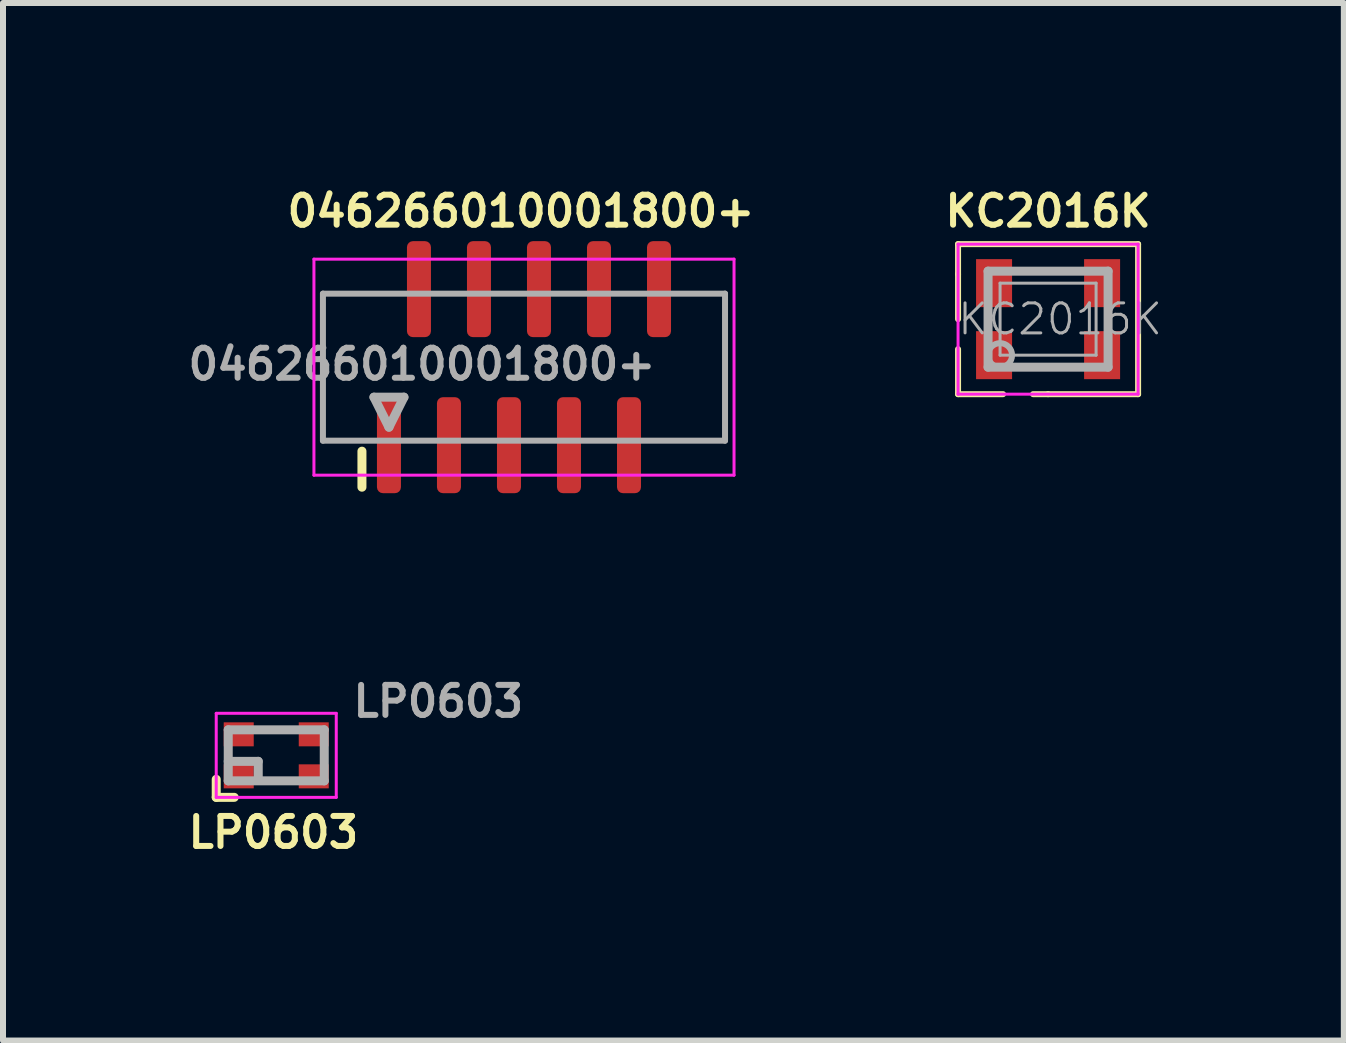
<source format=kicad_pcb>
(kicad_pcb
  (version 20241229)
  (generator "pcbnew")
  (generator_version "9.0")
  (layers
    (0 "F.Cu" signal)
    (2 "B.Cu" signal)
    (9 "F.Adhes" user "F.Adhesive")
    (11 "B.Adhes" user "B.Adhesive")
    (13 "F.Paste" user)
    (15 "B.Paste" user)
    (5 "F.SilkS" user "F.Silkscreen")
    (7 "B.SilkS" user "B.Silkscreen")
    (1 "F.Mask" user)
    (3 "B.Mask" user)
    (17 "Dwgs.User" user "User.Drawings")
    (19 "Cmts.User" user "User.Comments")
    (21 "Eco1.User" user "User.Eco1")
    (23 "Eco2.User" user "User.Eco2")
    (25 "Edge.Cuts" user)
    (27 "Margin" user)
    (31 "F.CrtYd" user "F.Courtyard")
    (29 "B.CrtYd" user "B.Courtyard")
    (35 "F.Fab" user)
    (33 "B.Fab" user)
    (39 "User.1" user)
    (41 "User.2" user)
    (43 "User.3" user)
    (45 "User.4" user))
  (footprint "LP0603"
    (layer "F.Cu")
    (at 1.553 9.536)
    (property "Reference" "LP0603" (at -0.048 1.284 0) (layer "F.SilkS") (effects (font (size 0.5 0.5) (thickness 0.1))))
    (attr smd)
    (fp_line (start -1 0.4) (end -1 0.7) (stroke (width 0.15) (type solid)) (layer "F.SilkS"))
    (fp_line (start -1 0.7) (end -0.7 0.7) (stroke (width 0.15) (type solid)) (layer "F.SilkS"))
    (fp_line (start -0.7 0.7) (end -0.7 0.7) (stroke (width 0.05) (type solid)) (layer "F.SilkS"))
    (fp_line (start -1 -0.7) (end 1 -0.7) (stroke (width 0.05) (type solid)) (layer "F.CrtYd"))
    (fp_line (start -1 0.7) (end -1 -0.7) (stroke (width 0.05) (type solid)) (layer "F.CrtYd"))
    (fp_line (start 1 -0.7) (end 1 0.7) (stroke (width 0.05) (type solid)) (layer "F.CrtYd"))
    (fp_line (start 1 0.7) (end -1 0.7) (stroke (width 0.05) (type solid)) (layer "F.CrtYd"))
    (fp_line (start -0.8 -0.425) (end 0.8 -0.425) (stroke (width 0.15) (type solid)) (layer "F.Fab"))
    (fp_line (start -0.8 0.1) (end -0.3 0.1) (stroke (width 0.15) (type solid)) (layer "F.Fab"))
    (fp_line (start -0.8 0.425) (end -0.8 -0.425) (stroke (width 0.15) (type solid)) (layer "F.Fab"))
    (fp_line (start -0.3 0.1) (end -0.3 0.4) (stroke (width 0.15) (type solid)) (layer "F.Fab"))
    (fp_line (start 0.8 -0.425) (end 0.8 0.425) (stroke (width 0.15) (type solid)) (layer "F.Fab"))
    (fp_line (start 0.8 0.425) (end -0.8 0.425) (stroke (width 0.15) (type solid)) (layer "F.Fab"))
    (fp_text user "${REFERENCE}" (at 2.7 -0.9 0) (layer "F.Fab") (effects (font (size 0.5 0.5) (thickness 0.1))))
    (pad "1" smd rect (at -0.625 0.35) (size 0.5 0.4) (layers "F.Cu" "F.Mask" "F.Paste"))
    (pad "2" smd rect (at 0.625 0.35) (size 0.5 0.4) (layers "F.Cu" "F.Mask" "F.Paste"))
    (pad "3" smd rect (at 0.625 -0.35) (size 0.5 0.4) (layers "F.Cu" "F.Mask" "F.Paste"))
    (pad "4" smd rect (at -0.625 -0.35) (size 0.5 0.4) (layers "F.Cu" "F.Mask" "F.Paste")))
  (footprint "KC2016K"
    (layer "F.Cu")
    (at 14.414 2.268)
    (property "Reference" "KC2016K" (at 0 -1.8 0) (layer "F.SilkS") (effects (font (size 0.5 0.5) (thickness 0.1))))
    (attr smd)
    (fp_line (start -1.5 -1.25) (end 1.5 -1.25) (stroke (width 0.1) (type solid)) (layer "F.SilkS"))
    (fp_line (start -1.5 -0.75) (end -1.5 -1.25) (stroke (width 0.1) (type solid)) (layer "F.SilkS"))
    (fp_line (start -1.5 0) (end -1.5 -0.75) (stroke (width 0.1) (type solid)) (layer "F.SilkS"))
    (fp_line (start -1.5 0.5) (end -1.5 1.25) (stroke (width 0.1) (type solid)) (layer "F.SilkS"))
    (fp_line (start -1.5 1.25) (end -0.75 1.25) (stroke (width 0.1) (type solid)) (layer "F.SilkS"))
    (fp_line (start -0.25 1.25) (end 0 1.25) (stroke (width 0.1) (type solid)) (layer "F.SilkS"))
    (fp_line (start 1.5 -1.25) (end 1.5 1.25) (stroke (width 0.1) (type solid)) (layer "F.SilkS"))
    (fp_line (start 1.5 1.25) (end 0 1.25) (stroke (width 0.1) (type solid)) (layer "F.SilkS"))
    (fp_line (start -1.5 -1.25) (end 1.5 -1.25) (stroke (width 0.05) (type solid)) (layer "F.CrtYd"))
    (fp_line (start -1.5 1.25) (end -1.5 -1.25) (stroke (width 0.05) (type solid)) (layer "F.CrtYd"))
    (fp_line (start 1.5 -1.25) (end 1.5 1.25) (stroke (width 0.05) (type solid)) (layer "F.CrtYd"))
    (fp_line (start 1.5 1.25) (end -1.5 1.25) (stroke (width 0.05) (type solid)) (layer "F.CrtYd"))
    (fp_line (start -1 -0.8) (end 1 -0.8) (stroke (width 0.15) (type solid)) (layer "F.Fab"))
    (fp_line (start -1 0.8) (end -1 -0.8) (stroke (width 0.15) (type solid)) (layer "F.Fab"))
    (fp_line (start -0.8 -0.6) (end -0.8 0.6) (stroke (width 0.05) (type solid)) (layer "F.Fab"))
    (fp_line (start 0.8 -0.6) (end -0.8 -0.6) (stroke (width 0.05) (type solid)) (layer "F.Fab"))
    (fp_line (start 0.8 0.6) (end -0.8 0.6) (stroke (width 0.05) (type solid)) (layer "F.Fab"))
    (fp_line (start 0.8 0.6) (end 0.8 -0.6) (stroke (width 0.05) (type solid)) (layer "F.Fab"))
    (fp_line (start 1 -0.8) (end 1 0.8) (stroke (width 0.15) (type solid)) (layer "F.Fab"))
    (fp_line (start 1 0.8) (end -1 0.8) (stroke (width 0.15) (type solid)) (layer "F.Fab"))
    (fp_circle (center -0.8 0.6) (end -0.6 0.6) (stroke (width 0.1) (type solid)) (fill no) (layer "F.Fab"))
    (fp_text user "${REFERENCE}" (at 0.2 0 0) (layer "F.Fab") (effects (font (size 0.5 0.5) (thickness 0.05))))
    (pad "1" smd rect (at -0.9 0.6 180) (size 0.6 0.8) (layers "F.Cu" "F.Mask" "F.Paste"))
    (pad "2" smd rect (at 0.9 0.6 180) (size 0.6 0.8) (layers "F.Cu" "F.Mask" "F.Paste"))
    (pad "3" smd rect (at 0.9 -0.6 180) (size 0.6 0.8) (layers "F.Cu" "F.Mask" "F.Paste"))
    (pad "4" smd rect (at -0.9 -0.6 180) (size 0.6 0.8) (layers "F.Cu" "F.Mask" "F.Paste")))
  (footprint "046266010001800+"
    (layer "F.Cu")
    (at 5.681 3.068)
    (property "Reference" "046266010001800+" (at -0.05 -2.6 0) (layer "F.SilkS") (effects (font (size 0.5 0.5) (thickness 0.1))))
    (attr smd)
    (fp_line (start -2.7 1.4) (end -2.7 2) (stroke (width 0.15) (type solid)) (layer "F.SilkS"))
    (fp_line (start 1.45 0.2) (end 1.45 0.2) (stroke (width 0.01) (type solid)) (layer "F.SilkS"))
    (fp_line (start -3.5 -1.8) (end 3.5 -1.8) (stroke (width 0.05) (type solid)) (layer "F.CrtYd"))
    (fp_line (start -3.5 1.8) (end -3.5 -1.8) (stroke (width 0.05) (type solid)) (layer "F.CrtYd"))
    (fp_line (start 3.5 -1.8) (end 3.5 1.8) (stroke (width 0.05) (type solid)) (layer "F.CrtYd"))
    (fp_line (start 3.5 1.8) (end -3.5 1.8) (stroke (width 0.05) (type solid)) (layer "F.CrtYd"))
    (fp_line (start -3.35 -1.225) (end -3.35 1.225) (stroke (width 0.1) (type solid)) (layer "F.Fab"))
    (fp_line (start -3.35 -1.225) (end 3.35 -1.225) (stroke (width 0.1) (type solid)) (layer "F.Fab"))
    (fp_line (start -3.35 1.225) (end 3.35 1.225) (stroke (width 0.1) (type solid)) (layer "F.Fab"))
    (fp_line (start -2.5 0.5) (end -2 0.5) (stroke (width 0.15) (type solid)) (layer "F.Fab"))
    (fp_line (start -2.25 1) (end -2.5 0.5) (stroke (width 0.15) (type solid)) (layer "F.Fab"))
    (fp_line (start -2 0.5) (end -2.25 1) (stroke (width 0.15) (type solid)) (layer "F.Fab"))
    (fp_line (start 3.35 1.225) (end 3.35 -1.225) (stroke (width 0.1) (type solid)) (layer "F.Fab"))
    (fp_text user "${REFERENCE}" (at -1.7 -0.05 0) (layer "F.Fab") (effects (font (size 0.5 0.5) (thickness 0.1))))
    (pad "1" smd roundrect (at -2.25 1.3) (size 0.4 1.6) (layers "F.Cu" "F.Mask" "F.Paste") (roundrect_rratio 0.25))
    (pad "2" smd roundrect (at -1.75 -1.3) (size 0.4 1.6) (layers "F.Cu" "F.Mask" "F.Paste") (roundrect_rratio 0.25))
    (pad "3" smd roundrect (at -1.25 1.3) (size 0.4 1.6) (layers "F.Cu" "F.Mask" "F.Paste") (roundrect_rratio 0.25))
    (pad "4" smd roundrect (at -0.75 -1.3) (size 0.4 1.6) (layers "F.Cu" "F.Mask" "F.Paste") (roundrect_rratio 0.25))
    (pad "5" smd roundrect (at -0.25 1.3) (size 0.4 1.6) (layers "F.Cu" "F.Mask" "F.Paste") (roundrect_rratio 0.25))
    (pad "6" smd roundrect (at 0.25 -1.3) (size 0.4 1.6) (layers "F.Cu" "F.Mask" "F.Paste") (roundrect_rratio 0.25))
    (pad "7" smd roundrect (at 0.75 1.3) (size 0.4 1.6) (layers "F.Cu" "F.Mask" "F.Paste") (roundrect_rratio 0.25))
    (pad "8" smd roundrect (at 1.25 -1.3) (size 0.4 1.6) (layers "F.Cu" "F.Mask" "F.Paste") (roundrect_rratio 0.25))
    (pad "9" smd roundrect (at 1.75 1.3) (size 0.4 1.6) (layers "F.Cu" "F.Mask" "F.Paste") (roundrect_rratio 0.25))
    (pad "10" smd roundrect (at 2.25 -1.3) (size 0.4 1.6) (layers "F.Cu" "F.Mask" "F.Paste") (roundrect_rratio 0.25)))
  (gr_rect
    (start -3 -3)
    (end 19.342 14.288)
    (stroke (width 0.1) (type default))
    (fill no)
    (layer "Edge.Cuts")))
</source>
